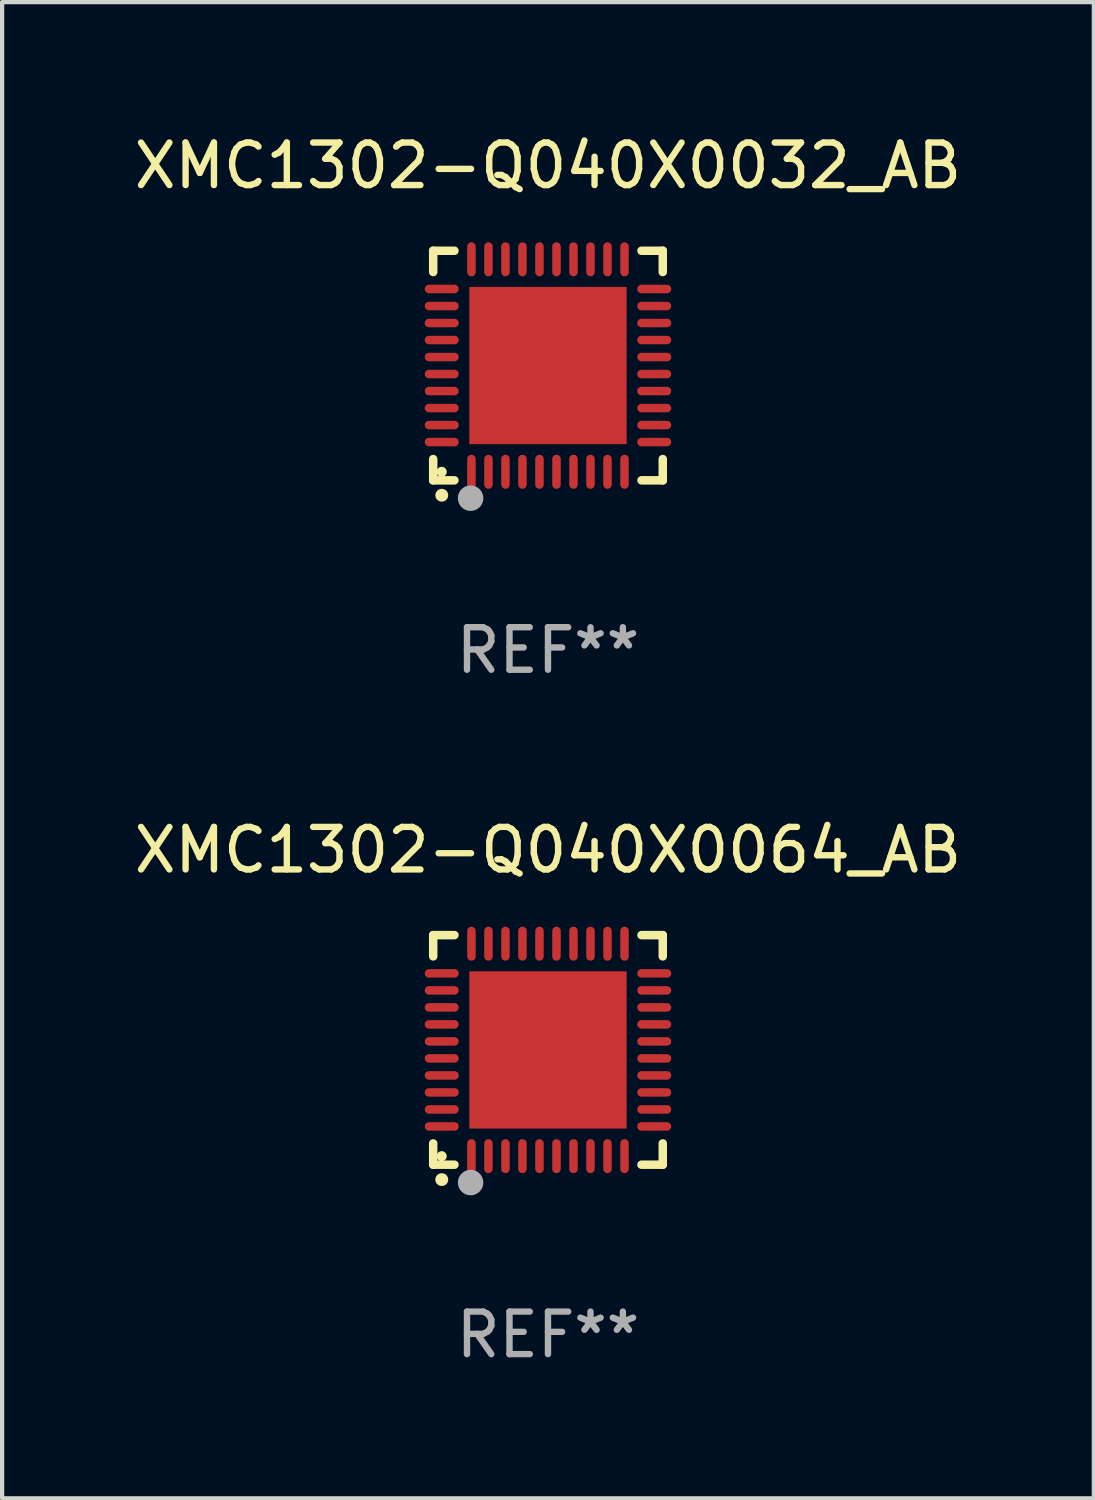
<source format=kicad_pcb>
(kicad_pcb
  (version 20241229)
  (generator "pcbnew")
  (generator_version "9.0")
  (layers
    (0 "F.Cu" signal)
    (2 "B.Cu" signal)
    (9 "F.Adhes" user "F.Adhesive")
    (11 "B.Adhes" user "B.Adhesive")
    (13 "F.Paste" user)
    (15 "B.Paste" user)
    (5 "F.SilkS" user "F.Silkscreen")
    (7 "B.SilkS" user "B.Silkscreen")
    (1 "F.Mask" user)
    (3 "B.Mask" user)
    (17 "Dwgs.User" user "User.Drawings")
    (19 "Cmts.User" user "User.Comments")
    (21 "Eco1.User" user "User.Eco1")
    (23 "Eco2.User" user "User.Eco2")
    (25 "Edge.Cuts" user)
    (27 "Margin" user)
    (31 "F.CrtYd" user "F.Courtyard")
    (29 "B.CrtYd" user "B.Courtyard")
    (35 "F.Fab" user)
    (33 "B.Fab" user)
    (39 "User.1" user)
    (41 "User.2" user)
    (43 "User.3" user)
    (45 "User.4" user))
  (footprint "XMC1302-Q040X0032_AB"
    (layer "F.Cu")
    (at 9.839 5.548)
    (property "Reference" "XMC1302-Q040X0032_AB" (at 0 -4.7 0) (layer "F.SilkS") (effects (font (size 1 1) (thickness 0.15))))
    (attr through_hole)
    (fp_line (start -2.7 -2.7) (end -2.7 -2.2) (stroke (width 0.2) (type solid)) (layer "F.SilkS"))
    (fp_line (start -2.7 2.7) (end -2.7 2.2) (stroke (width 0.2) (type solid)) (layer "F.SilkS"))
    (fp_line (start -2.2 -2.7) (end -2.7 -2.7) (stroke (width 0.2) (type solid)) (layer "F.SilkS"))
    (fp_line (start -2.2 2.7) (end -2.7 2.7) (stroke (width 0.2) (type solid)) (layer "F.SilkS"))
    (fp_line (start 2.7 -2.7) (end 2.2 -2.7) (stroke (width 0.2) (type solid)) (layer "F.SilkS"))
    (fp_line (start 2.7 -2.2) (end 2.7 -2.7) (stroke (width 0.2) (type solid)) (layer "F.SilkS"))
    (fp_line (start 2.7 2.2) (end 2.7 2.7) (stroke (width 0.2) (type solid)) (layer "F.SilkS"))
    (fp_line (start 2.7 2.7) (end 2.2 2.7) (stroke (width 0.2) (type solid)) (layer "F.SilkS"))
    (fp_arc (start -2.499365 3.050546) (mid -2.498095 3.050541) (end -2.496825 3.050546) (stroke (width 0.3) (type solid)) (layer "F.SilkS"))
    (fp_circle (center -2.5 2.5) (end -2.44 2.5) (stroke (width 0.12) (type solid)) (fill no) (layer "F.SilkS"))
    (fp_circle (center -1.82 3.12) (end -1.67 3.12) (stroke (width 0.3) (type solid)) (fill no) (layer "F.Fab"))
    (fp_text user "REF**" (at 0 6.7 0) (layer "F.Fab") (effects (font (size 1 1) (thickness 0.15))))
    (pad "1" smd oval (at -1.8 2.499) (size 0.2 0.8) (layers "F.Cu" "F.Mask" "F.Paste"))
    (pad "2" smd oval (at -1.4 2.499) (size 0.2 0.8) (layers "F.Cu" "F.Mask" "F.Paste"))
    (pad "3" smd oval (at -1 2.499) (size 0.2 0.8) (layers "F.Cu" "F.Mask" "F.Paste"))
    (pad "4" smd oval (at -0.6 2.499) (size 0.2 0.8) (layers "F.Cu" "F.Mask" "F.Paste"))
    (pad "5" smd oval (at -0.2 2.499) (size 0.2 0.8) (layers "F.Cu" "F.Mask" "F.Paste"))
    (pad "6" smd oval (at 0.2 2.499) (size 0.2 0.8) (layers "F.Cu" "F.Mask" "F.Paste"))
    (pad "7" smd oval (at 0.6 2.499) (size 0.2 0.8) (layers "F.Cu" "F.Mask" "F.Paste"))
    (pad "8" smd oval (at 1 2.499) (size 0.2 0.8) (layers "F.Cu" "F.Mask" "F.Paste"))
    (pad "9" smd oval (at 1.4 2.499) (size 0.2 0.8) (layers "F.Cu" "F.Mask" "F.Paste"))
    (pad "10" smd oval (at 1.8 2.499) (size 0.2 0.8) (layers "F.Cu" "F.Mask" "F.Paste"))
    (pad "11" smd oval (at 2.499 1.8) (size 0.8 0.2) (layers "F.Cu" "F.Mask" "F.Paste"))
    (pad "12" smd oval (at 2.499 1.4) (size 0.8 0.2) (layers "F.Cu" "F.Mask" "F.Paste"))
    (pad "13" smd oval (at 2.499 1) (size 0.8 0.2) (layers "F.Cu" "F.Mask" "F.Paste"))
    (pad "14" smd oval (at 2.499 0.6) (size 0.8 0.2) (layers "F.Cu" "F.Mask" "F.Paste"))
    (pad "15" smd oval (at 2.499 0.2) (size 0.8 0.2) (layers "F.Cu" "F.Mask" "F.Paste"))
    (pad "16" smd oval (at 2.499 -0.2) (size 0.8 0.2) (layers "F.Cu" "F.Mask" "F.Paste"))
    (pad "17" smd oval (at 2.499 -0.6) (size 0.8 0.2) (layers "F.Cu" "F.Mask" "F.Paste"))
    (pad "18" smd oval (at 2.499 -1) (size 0.8 0.2) (layers "F.Cu" "F.Mask" "F.Paste"))
    (pad "19" smd oval (at 2.499 -1.4) (size 0.8 0.2) (layers "F.Cu" "F.Mask" "F.Paste"))
    (pad "20" smd oval (at 2.499 -1.8) (size 0.8 0.2) (layers "F.Cu" "F.Mask" "F.Paste"))
    (pad "21" smd oval (at 1.8 -2.499) (size 0.2 0.8) (layers "F.Cu" "F.Mask" "F.Paste"))
    (pad "22" smd oval (at 1.4 -2.499) (size 0.2 0.8) (layers "F.Cu" "F.Mask" "F.Paste"))
    (pad "23" smd oval (at 1 -2.499) (size 0.2 0.8) (layers "F.Cu" "F.Mask" "F.Paste"))
    (pad "24" smd oval (at 0.6 -2.499) (size 0.2 0.8) (layers "F.Cu" "F.Mask" "F.Paste"))
    (pad "25" smd oval (at 0.2 -2.499) (size 0.2 0.8) (layers "F.Cu" "F.Mask" "F.Paste"))
    (pad "26" smd oval (at -0.2 -2.499) (size 0.2 0.8) (layers "F.Cu" "F.Mask" "F.Paste"))
    (pad "27" smd oval (at -0.6 -2.499) (size 0.2 0.8) (layers "F.Cu" "F.Mask" "F.Paste"))
    (pad "28" smd oval (at -1 -2.499) (size 0.2 0.8) (layers "F.Cu" "F.Mask" "F.Paste"))
    (pad "29" smd oval (at -1.4 -2.499) (size 0.2 0.8) (layers "F.Cu" "F.Mask" "F.Paste"))
    (pad "30" smd oval (at -1.8 -2.499) (size 0.2 0.8) (layers "F.Cu" "F.Mask" "F.Paste"))
    (pad "31" smd oval (at -2.499 -1.8) (size 0.8 0.2) (layers "F.Cu" "F.Mask" "F.Paste"))
    (pad "32" smd oval (at -2.499 -1.4) (size 0.8 0.2) (layers "F.Cu" "F.Mask" "F.Paste"))
    (pad "33" smd oval (at -2.499 -1) (size 0.8 0.2) (layers "F.Cu" "F.Mask" "F.Paste"))
    (pad "34" smd oval (at -2.499 -0.6) (size 0.8 0.2) (layers "F.Cu" "F.Mask" "F.Paste"))
    (pad "35" smd oval (at -2.499 -0.2) (size 0.8 0.2) (layers "F.Cu" "F.Mask" "F.Paste"))
    (pad "36" smd oval (at -2.499 0.2) (size 0.8 0.2) (layers "F.Cu" "F.Mask" "F.Paste"))
    (pad "37" smd oval (at -2.499 0.6) (size 0.8 0.2) (layers "F.Cu" "F.Mask" "F.Paste"))
    (pad "38" smd oval (at -2.499 1) (size 0.8 0.2) (layers "F.Cu" "F.Mask" "F.Paste"))
    (pad "39" smd oval (at -2.499 1.4) (size 0.8 0.2) (layers "F.Cu" "F.Mask" "F.Paste"))
    (pad "40" smd oval (at -2.499 1.8) (size 0.8 0.2) (layers "F.Cu" "F.Mask" "F.Paste"))
    (pad "41" smd rect (at 0 0) (size 3.7 3.7) (layers "F.Cu" "F.Mask" "F.Paste")))
  (footprint "XMC1302-Q040X0064_AB"
    (layer "F.Cu")
    (at 9.839 21.645)
    (property "Reference" "XMC1302-Q040X0064_AB" (at 0 -4.7 0) (layer "F.SilkS") (effects (font (size 1 1) (thickness 0.15))))
    (attr through_hole)
    (fp_line (start -2.7 -2.7) (end -2.7 -2.2) (stroke (width 0.2) (type solid)) (layer "F.SilkS"))
    (fp_line (start -2.7 2.7) (end -2.7 2.2) (stroke (width 0.2) (type solid)) (layer "F.SilkS"))
    (fp_line (start -2.2 -2.7) (end -2.7 -2.7) (stroke (width 0.2) (type solid)) (layer "F.SilkS"))
    (fp_line (start -2.2 2.7) (end -2.7 2.7) (stroke (width 0.2) (type solid)) (layer "F.SilkS"))
    (fp_line (start 2.7 -2.7) (end 2.2 -2.7) (stroke (width 0.2) (type solid)) (layer "F.SilkS"))
    (fp_line (start 2.7 -2.2) (end 2.7 -2.7) (stroke (width 0.2) (type solid)) (layer "F.SilkS"))
    (fp_line (start 2.7 2.2) (end 2.7 2.7) (stroke (width 0.2) (type solid)) (layer "F.SilkS"))
    (fp_line (start 2.7 2.7) (end 2.2 2.7) (stroke (width 0.2) (type solid)) (layer "F.SilkS"))
    (fp_arc (start -2.499365 3.050546) (mid -2.498095 3.050541) (end -2.496825 3.050546) (stroke (width 0.3) (type solid)) (layer "F.SilkS"))
    (fp_circle (center -2.5 2.5) (end -2.44 2.5) (stroke (width 0.12) (type solid)) (fill no) (layer "F.SilkS"))
    (fp_circle (center -1.82 3.12) (end -1.67 3.12) (stroke (width 0.3) (type solid)) (fill no) (layer "F.Fab"))
    (fp_text user "REF**" (at 0 6.7 0) (layer "F.Fab") (effects (font (size 1 1) (thickness 0.15))))
    (pad "1" smd oval (at -1.8 2.499) (size 0.2 0.8) (layers "F.Cu" "F.Mask" "F.Paste"))
    (pad "2" smd oval (at -1.4 2.499) (size 0.2 0.8) (layers "F.Cu" "F.Mask" "F.Paste"))
    (pad "3" smd oval (at -1 2.499) (size 0.2 0.8) (layers "F.Cu" "F.Mask" "F.Paste"))
    (pad "4" smd oval (at -0.6 2.499) (size 0.2 0.8) (layers "F.Cu" "F.Mask" "F.Paste"))
    (pad "5" smd oval (at -0.2 2.499) (size 0.2 0.8) (layers "F.Cu" "F.Mask" "F.Paste"))
    (pad "6" smd oval (at 0.2 2.499) (size 0.2 0.8) (layers "F.Cu" "F.Mask" "F.Paste"))
    (pad "7" smd oval (at 0.6 2.499) (size 0.2 0.8) (layers "F.Cu" "F.Mask" "F.Paste"))
    (pad "8" smd oval (at 1 2.499) (size 0.2 0.8) (layers "F.Cu" "F.Mask" "F.Paste"))
    (pad "9" smd oval (at 1.4 2.499) (size 0.2 0.8) (layers "F.Cu" "F.Mask" "F.Paste"))
    (pad "10" smd oval (at 1.8 2.499) (size 0.2 0.8) (layers "F.Cu" "F.Mask" "F.Paste"))
    (pad "11" smd oval (at 2.499 1.8) (size 0.8 0.2) (layers "F.Cu" "F.Mask" "F.Paste"))
    (pad "12" smd oval (at 2.499 1.4) (size 0.8 0.2) (layers "F.Cu" "F.Mask" "F.Paste"))
    (pad "13" smd oval (at 2.499 1) (size 0.8 0.2) (layers "F.Cu" "F.Mask" "F.Paste"))
    (pad "14" smd oval (at 2.499 0.6) (size 0.8 0.2) (layers "F.Cu" "F.Mask" "F.Paste"))
    (pad "15" smd oval (at 2.499 0.2) (size 0.8 0.2) (layers "F.Cu" "F.Mask" "F.Paste"))
    (pad "16" smd oval (at 2.499 -0.2) (size 0.8 0.2) (layers "F.Cu" "F.Mask" "F.Paste"))
    (pad "17" smd oval (at 2.499 -0.6) (size 0.8 0.2) (layers "F.Cu" "F.Mask" "F.Paste"))
    (pad "18" smd oval (at 2.499 -1) (size 0.8 0.2) (layers "F.Cu" "F.Mask" "F.Paste"))
    (pad "19" smd oval (at 2.499 -1.4) (size 0.8 0.2) (layers "F.Cu" "F.Mask" "F.Paste"))
    (pad "20" smd oval (at 2.499 -1.8) (size 0.8 0.2) (layers "F.Cu" "F.Mask" "F.Paste"))
    (pad "21" smd oval (at 1.8 -2.499) (size 0.2 0.8) (layers "F.Cu" "F.Mask" "F.Paste"))
    (pad "22" smd oval (at 1.4 -2.499) (size 0.2 0.8) (layers "F.Cu" "F.Mask" "F.Paste"))
    (pad "23" smd oval (at 1 -2.499) (size 0.2 0.8) (layers "F.Cu" "F.Mask" "F.Paste"))
    (pad "24" smd oval (at 0.6 -2.499) (size 0.2 0.8) (layers "F.Cu" "F.Mask" "F.Paste"))
    (pad "25" smd oval (at 0.2 -2.499) (size 0.2 0.8) (layers "F.Cu" "F.Mask" "F.Paste"))
    (pad "26" smd oval (at -0.2 -2.499) (size 0.2 0.8) (layers "F.Cu" "F.Mask" "F.Paste"))
    (pad "27" smd oval (at -0.6 -2.499) (size 0.2 0.8) (layers "F.Cu" "F.Mask" "F.Paste"))
    (pad "28" smd oval (at -1 -2.499) (size 0.2 0.8) (layers "F.Cu" "F.Mask" "F.Paste"))
    (pad "29" smd oval (at -1.4 -2.499) (size 0.2 0.8) (layers "F.Cu" "F.Mask" "F.Paste"))
    (pad "30" smd oval (at -1.8 -2.499) (size 0.2 0.8) (layers "F.Cu" "F.Mask" "F.Paste"))
    (pad "31" smd oval (at -2.499 -1.8) (size 0.8 0.2) (layers "F.Cu" "F.Mask" "F.Paste"))
    (pad "32" smd oval (at -2.499 -1.4) (size 0.8 0.2) (layers "F.Cu" "F.Mask" "F.Paste"))
    (pad "33" smd oval (at -2.499 -1) (size 0.8 0.2) (layers "F.Cu" "F.Mask" "F.Paste"))
    (pad "34" smd oval (at -2.499 -0.6) (size 0.8 0.2) (layers "F.Cu" "F.Mask" "F.Paste"))
    (pad "35" smd oval (at -2.499 -0.2) (size 0.8 0.2) (layers "F.Cu" "F.Mask" "F.Paste"))
    (pad "36" smd oval (at -2.499 0.2) (size 0.8 0.2) (layers "F.Cu" "F.Mask" "F.Paste"))
    (pad "37" smd oval (at -2.499 0.6) (size 0.8 0.2) (layers "F.Cu" "F.Mask" "F.Paste"))
    (pad "38" smd oval (at -2.499 1) (size 0.8 0.2) (layers "F.Cu" "F.Mask" "F.Paste"))
    (pad "39" smd oval (at -2.499 1.4) (size 0.8 0.2) (layers "F.Cu" "F.Mask" "F.Paste"))
    (pad "40" smd oval (at -2.499 1.8) (size 0.8 0.2) (layers "F.Cu" "F.Mask" "F.Paste"))
    (pad "41" smd rect (at 0 0) (size 3.7 3.7) (layers "F.Cu" "F.Mask" "F.Paste")))
  (gr_rect
    (start -3 -3)
    (end 22.679 32.193)
    (stroke (width 0.1) (type default))
    (fill no)
    (layer "Edge.Cuts")))
</source>
